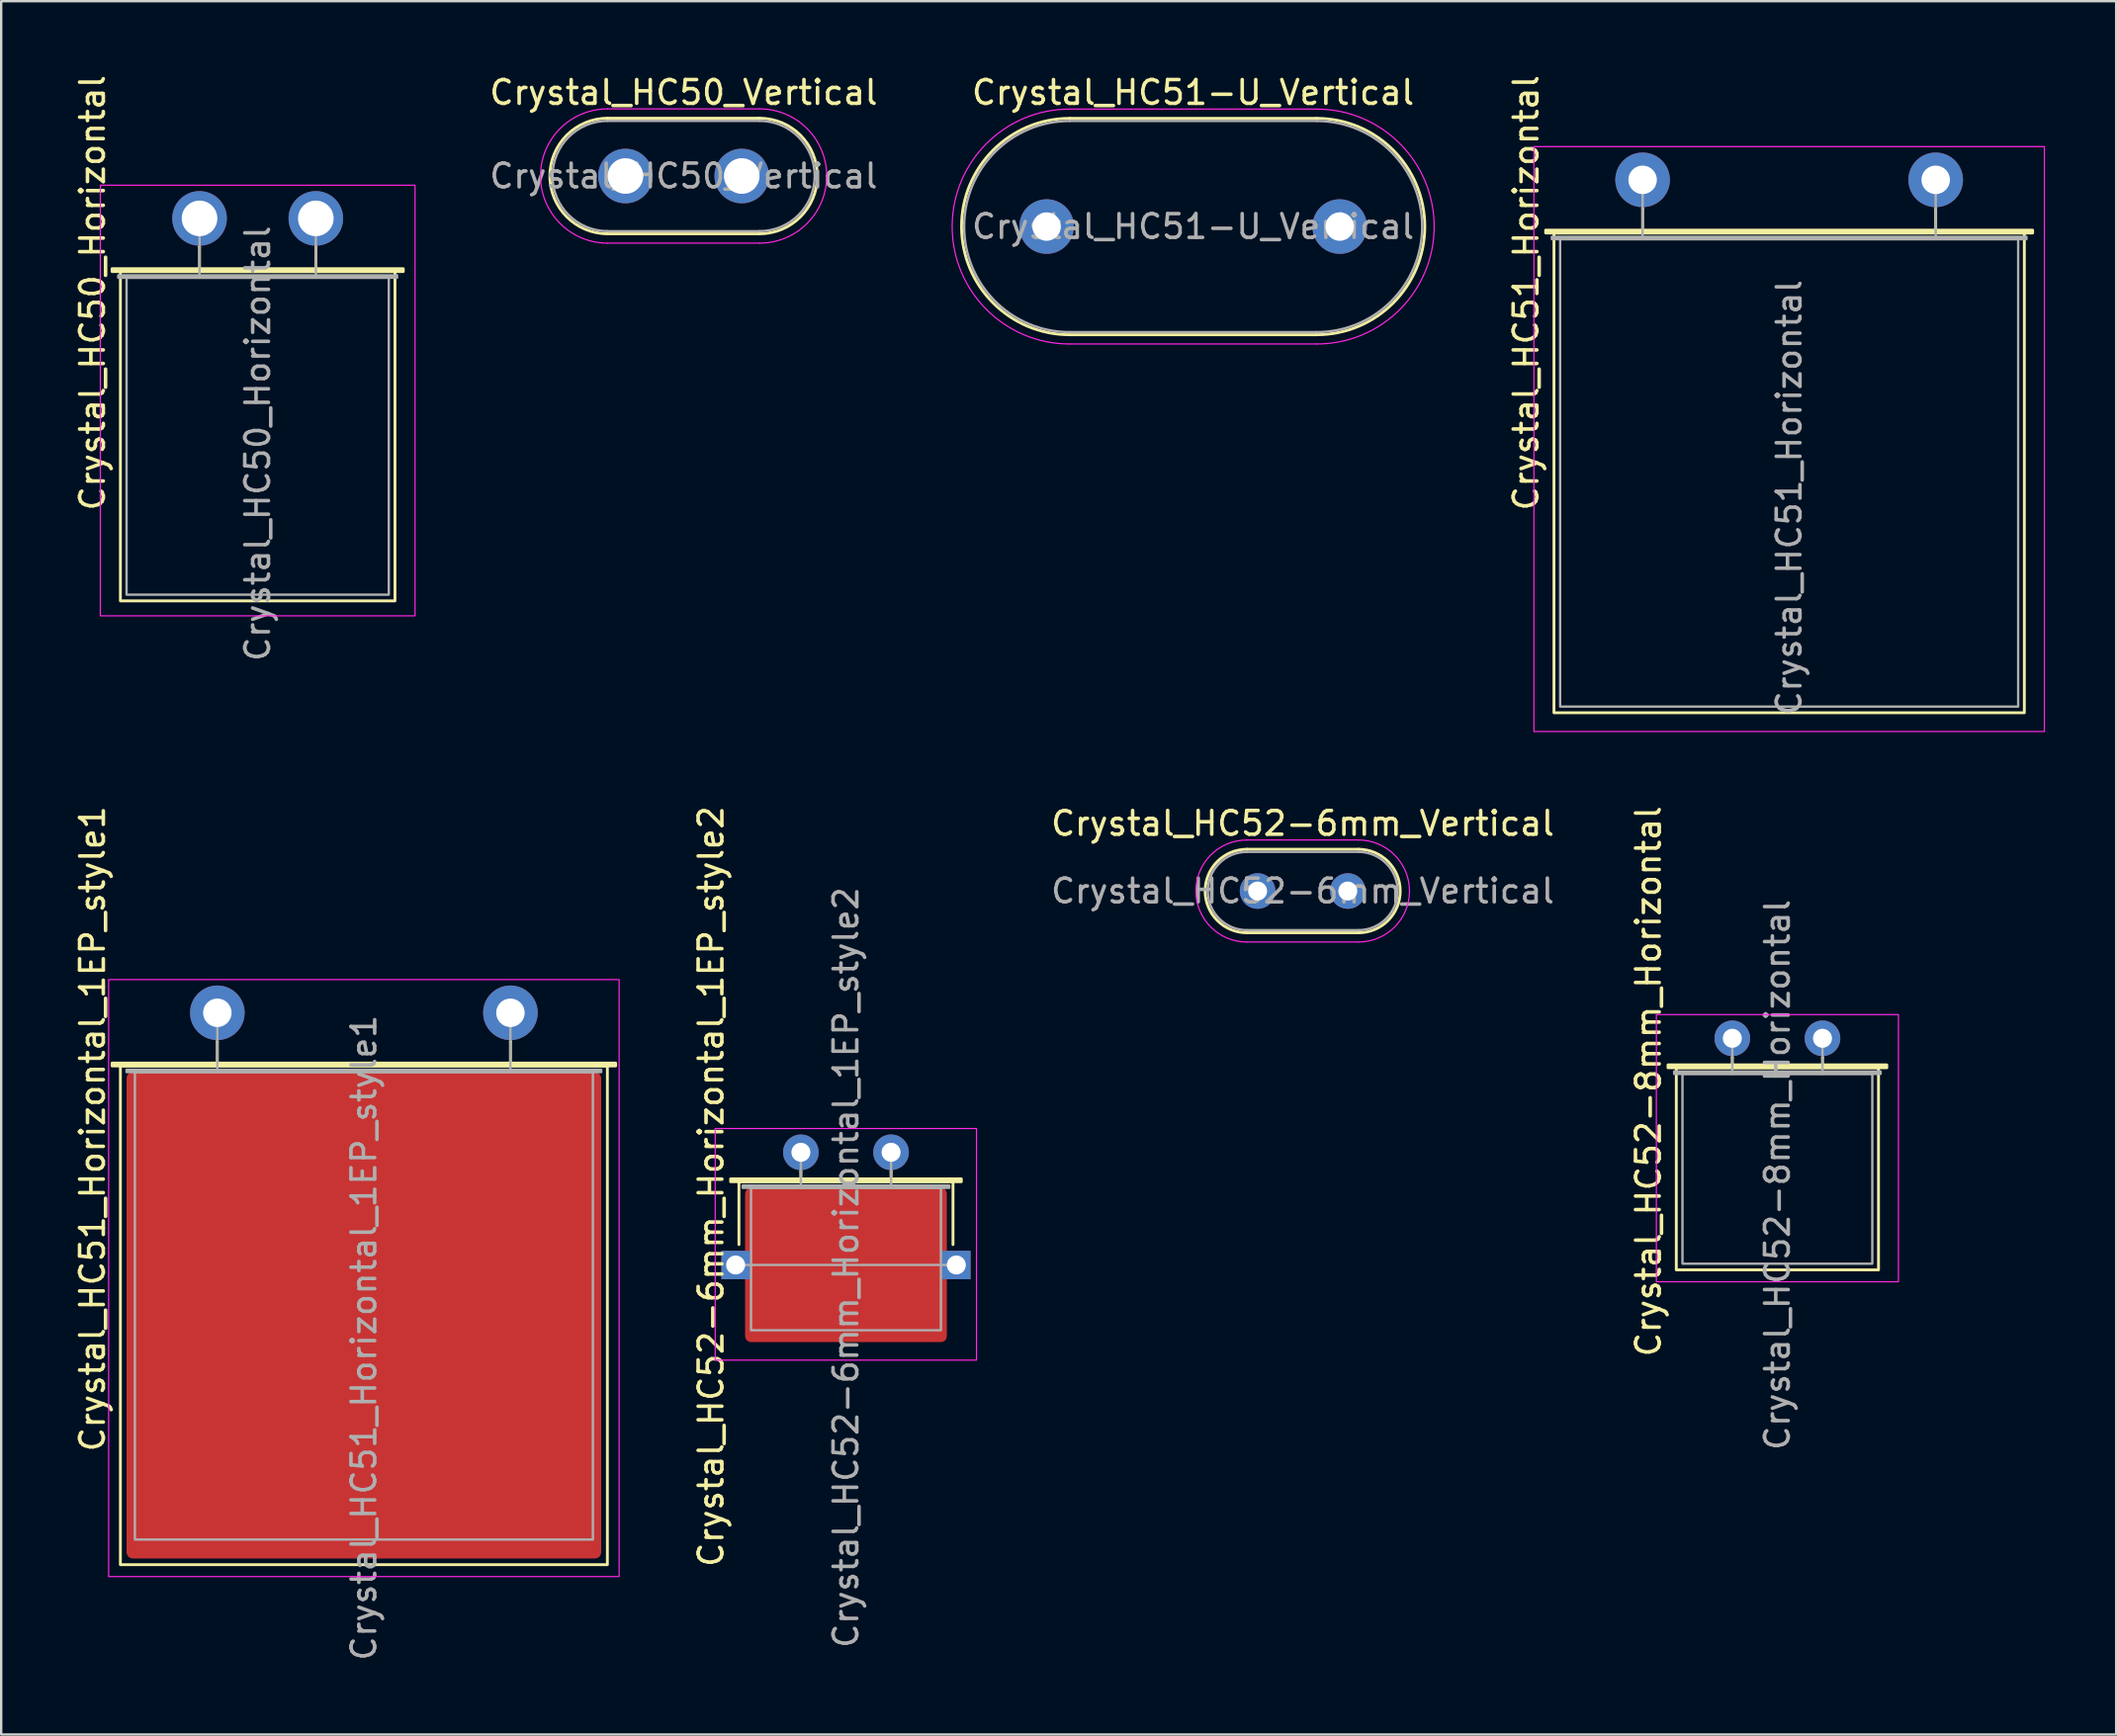
<source format=kicad_pcb>
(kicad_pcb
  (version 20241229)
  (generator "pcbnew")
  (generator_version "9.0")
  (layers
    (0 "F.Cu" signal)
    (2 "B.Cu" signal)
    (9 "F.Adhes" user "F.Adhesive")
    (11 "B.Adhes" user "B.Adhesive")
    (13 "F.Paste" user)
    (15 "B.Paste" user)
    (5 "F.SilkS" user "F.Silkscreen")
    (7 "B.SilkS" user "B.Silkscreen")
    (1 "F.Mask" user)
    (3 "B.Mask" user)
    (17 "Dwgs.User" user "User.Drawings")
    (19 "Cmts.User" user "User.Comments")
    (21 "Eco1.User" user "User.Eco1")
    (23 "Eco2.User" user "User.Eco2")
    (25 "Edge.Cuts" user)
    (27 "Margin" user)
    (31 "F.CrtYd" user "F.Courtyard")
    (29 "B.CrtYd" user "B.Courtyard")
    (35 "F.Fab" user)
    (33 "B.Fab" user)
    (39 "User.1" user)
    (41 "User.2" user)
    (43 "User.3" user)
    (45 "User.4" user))
  (footprint "Crystal_HC51_Horizontal_1EP_style1"
    (layer "F.Cu")
    (at 6.108 39.634)
    (property "Reference" "Crystal_HC51_Horizontal_1EP_style1" (at -5.26 4.89 90) (layer "F.SilkS") (effects (font (size 1 1) (thickness 0.15))))
    (attr through_hole)
    (fp_line (start 0 1.21) (end 0 1.21) (stroke (width 0.12) (type solid)) (layer "F.SilkS"))
    (fp_line (start 0 2.24) (end 0 1.21) (stroke (width 0.12) (type solid)) (layer "F.SilkS"))
    (fp_line (start 12.35 1.21) (end 12.35 1.21) (stroke (width 0.12) (type solid)) (layer "F.SilkS"))
    (fp_line (start 12.35 2.24) (end 12.35 1.21) (stroke (width 0.12) (type solid)) (layer "F.SilkS"))
    (fp_rect (start -4.435 2.24) (end 16.785 2.12) (stroke (width 0.12) (type solid)) (fill no) (layer "F.SilkS"))
    (fp_rect (start -4.085 2.24) (end 16.435 23.26) (stroke (width 0.12) (type solid)) (fill no) (layer "F.SilkS"))
    (fp_rect (start -4.58 -1.4) (end 16.93 23.76) (stroke (width 0.05) (type solid)) (fill no) (layer "F.CrtYd"))
    (fp_line (start 0 1.25) (end 0 0) (stroke (width 0.1) (type solid)) (layer "F.Fab"))
    (fp_line (start 0 2.5) (end 0 1.25) (stroke (width 0.1) (type solid)) (layer "F.Fab"))
    (fp_line (start 12.35 1.25) (end 12.35 0) (stroke (width 0.1) (type solid)) (layer "F.Fab"))
    (fp_line (start 12.35 2.5) (end 12.35 1.25) (stroke (width 0.1) (type solid)) (layer "F.Fab"))
    (fp_rect (start -3.825 2.5) (end 16.175 2.4) (stroke (width 0.1) (type solid)) (fill no) (layer "F.Fab"))
    (fp_rect (start -3.475 2.5) (end 15.825 22.2) (stroke (width 0.1) (type solid)) (fill no) (layer "F.Fab"))
    (fp_text user "${REFERENCE}" (at 6.175 13.696 90) (layer "F.Fab") (effects (font (size 1 1) (thickness 0.15))))
    (pad "1" thru_hole circle (at 0 0) (size 2.3 2.3) (drill 1.2) (layers "*.Cu" "*.Mask"))
    (pad "2" thru_hole circle (at 12.35 0) (size 2.3 2.3) (drill 1.2) (layers "*.Cu" "*.Mask"))
    (pad "3" smd roundrect (at 6.175 12.75) (size 20 20.5) (layers "F.Cu" "F.Mask" "F.Paste") (roundrect_rratio 0.013)))
  (footprint "Crystal_HC50_Vertical"
    (layer "F.Cu")
    (at 23.305 4.368)
    (property "Reference" "Crystal_HC50_Vertical" (at 2.45 -3.52 0) (layer "F.SilkS") (effects (font (size 1 1) (thickness 0.15))))
    (attr through_hole)
    (fp_line (start -0.75 -2.435) (end 5.65 -2.435) (stroke (width 0.12) (type solid)) (layer "F.SilkS"))
    (fp_line (start -0.75 2.435) (end 5.65 2.435) (stroke (width 0.12) (type solid)) (layer "F.SilkS"))
    (fp_arc (start -0.75 2.435) (mid -3.185 0) (end -0.75 -2.435) (stroke (width 0.12) (type solid)) (layer "F.SilkS"))
    (fp_arc (start 5.65 -2.435) (mid 8.085 0) (end 5.65 2.435) (stroke (width 0.12) (type solid)) (layer "F.SilkS"))
    (fp_line (start -0.75 -2.83) (end 5.65 -2.83) (stroke (width 0.05) (type solid)) (layer "F.CrtYd"))
    (fp_line (start -0.75 2.83) (end 5.65 2.83) (stroke (width 0.05) (type solid)) (layer "F.CrtYd"))
    (fp_arc (start -0.75 2.83) (mid -3.58 0) (end -0.75 -2.83) (stroke (width 0.05) (type solid)) (layer "F.CrtYd"))
    (fp_arc (start 5.65 -2.83) (mid 8.48 0) (end 5.65 2.83) (stroke (width 0.05) (type solid)) (layer "F.CrtYd"))
    (fp_line (start -0.75 -2.325) (end 5.65 -2.325) (stroke (width 0.1) (type solid)) (layer "F.Fab"))
    (fp_line (start -0.75 2.325) (end 5.65 2.325) (stroke (width 0.1) (type solid)) (layer "F.Fab"))
    (fp_arc (start -0.75 2.325) (mid -3.075 0) (end -0.75 -2.325) (stroke (width 0.1) (type solid)) (layer "F.Fab"))
    (fp_arc (start 5.65 -2.325) (mid 7.975 0) (end 5.65 2.325) (stroke (width 0.1) (type solid)) (layer "F.Fab"))
    (fp_text user "${REFERENCE}" (at 2.45 0 0) (layer "F.Fab") (effects (font (size 1 1) (thickness 0.15))))
    (pad "1" thru_hole circle (at 0 0) (size 2.3 2.3) (drill 1.5) (layers "*.Cu" "*.Mask"))
    (pad "2" thru_hole circle (at 4.9 0) (size 2.3 2.3) (drill 1.5) (layers "*.Cu" "*.Mask")))
  (footprint "Crystal_HC52-8mm_Horizontal"
    (layer "F.Cu")
    (at 69.945 40.709)
    (property "Reference" "Crystal_HC52-8mm_Horizontal" (at -3.535 1.815 90) (layer "F.SilkS") (effects (font (size 1 1) (thickness 0.15))))
    (attr through_hole)
    (fp_line (start 0 0.81) (end 0 0.81) (stroke (width 0.12) (type solid)) (layer "F.SilkS"))
    (fp_line (start 0 1.24) (end 0 0.81) (stroke (width 0.12) (type solid)) (layer "F.SilkS"))
    (fp_line (start 3.8 0.81) (end 3.8 0.81) (stroke (width 0.12) (type solid)) (layer "F.SilkS"))
    (fp_line (start 3.8 1.24) (end 3.8 0.81) (stroke (width 0.12) (type solid)) (layer "F.SilkS"))
    (fp_rect (start -2.71 1.24) (end 6.51 1.12) (stroke (width 0.12) (type solid)) (fill no) (layer "F.SilkS"))
    (fp_rect (start -2.36 1.24) (end 6.16 9.76) (stroke (width 0.12) (type solid)) (fill no) (layer "F.SilkS"))
    (fp_rect (start -3.2 -1) (end 7 10.26) (stroke (width 0.05) (type solid)) (fill no) (layer "F.CrtYd"))
    (fp_line (start 0 0.75) (end 0 0) (stroke (width 0.1) (type solid)) (layer "F.Fab"))
    (fp_line (start 0 1.5) (end 0 0.75) (stroke (width 0.1) (type solid)) (layer "F.Fab"))
    (fp_line (start 3.8 0.75) (end 3.8 0) (stroke (width 0.1) (type solid)) (layer "F.Fab"))
    (fp_line (start 3.8 1.5) (end 3.8 0.75) (stroke (width 0.1) (type solid)) (layer "F.Fab"))
    (fp_rect (start -2.45 1.5) (end 6.25 1.4) (stroke (width 0.1) (type solid)) (fill no) (layer "F.Fab"))
    (fp_rect (start -2.1 1.5) (end 5.9 9.5) (stroke (width 0.1) (type solid)) (fill no) (layer "F.Fab"))
    (fp_text user "${REFERENCE}" (at 1.9 5.756 90) (layer "F.Fab") (effects (font (size 1 1) (thickness 0.15))))
    (pad "1" thru_hole circle (at 0 0) (size 1.5 1.5) (drill 0.8) (layers "*.Cu" "*.Mask"))
    (pad "2" thru_hole circle (at 3.8 0) (size 1.5 1.5) (drill 0.8) (layers "*.Cu" "*.Mask")))
  (footprint "Crystal_HC51-U_Vertical"
    (layer "F.Cu")
    (at 41.052 6.498)
    (property "Reference" "Crystal_HC51-U_Vertical" (at 6.17 -5.65 0) (layer "F.SilkS") (effects (font (size 1 1) (thickness 0.15))))
    (attr through_hole)
    (fp_line (start 0.975 -4.56) (end 11.375 -4.56) (stroke (width 0.12) (type solid)) (layer "F.SilkS"))
    (fp_line (start 0.975 4.56) (end 11.375 4.56) (stroke (width 0.12) (type solid)) (layer "F.SilkS"))
    (fp_arc (start 0.975 4.56) (mid -3.585 0) (end 0.975 -4.56) (stroke (width 0.12) (type solid)) (layer "F.SilkS"))
    (fp_arc (start 11.375 -4.56) (mid 15.935 0) (end 11.375 4.56) (stroke (width 0.12) (type solid)) (layer "F.SilkS"))
    (fp_line (start 0.97 -4.95) (end 11.38 -4.95) (stroke (width 0.05) (type solid)) (layer "F.CrtYd"))
    (fp_line (start 0.97 4.95) (end 11.38 4.95) (stroke (width 0.05) (type solid)) (layer "F.CrtYd"))
    (fp_arc (start 0.97 4.95) (mid -3.98 0) (end 0.97 -4.95) (stroke (width 0.05) (type solid)) (layer "F.CrtYd"))
    (fp_arc (start 11.38 -4.95) (mid 16.33 0) (end 11.38 4.95) (stroke (width 0.05) (type solid)) (layer "F.CrtYd"))
    (fp_line (start 0.975 -4.45) (end 11.375 -4.45) (stroke (width 0.1) (type solid)) (layer "F.Fab"))
    (fp_line (start 0.975 4.45) (end 11.375 4.45) (stroke (width 0.1) (type solid)) (layer "F.Fab"))
    (fp_arc (start 0.975 4.45) (mid -3.475 0) (end 0.975 -4.45) (stroke (width 0.1) (type solid)) (layer "F.Fab"))
    (fp_arc (start 11.375 -4.45) (mid 15.825 0) (end 11.375 4.45) (stroke (width 0.1) (type solid)) (layer "F.Fab"))
    (fp_text user "${REFERENCE}" (at 6.17 0 0) (layer "F.Fab") (effects (font (size 1 1) (thickness 0.15))))
    (pad "1" thru_hole circle (at 0 0) (size 2.3 2.3) (drill 1.2) (layers "*.Cu" "*.Mask"))
    (pad "2" thru_hole circle (at 12.35 0) (size 2.3 2.3) (drill 1.2) (layers "*.Cu" "*.Mask")))
  (footprint "Crystal_HC52-6mm_Vertical"
    (layer "F.Cu")
    (at 49.942 34.502)
    (property "Reference" "Crystal_HC52-6mm_Vertical" (at 1.9 -2.85 0) (layer "F.SilkS") (effects (font (size 1 1) (thickness 0.15))))
    (attr through_hole)
    (fp_line (start -0.45 -1.76) (end 4.25 -1.76) (stroke (width 0.12) (type solid)) (layer "F.SilkS"))
    (fp_line (start -0.45 1.76) (end 4.25 1.76) (stroke (width 0.12) (type solid)) (layer "F.SilkS"))
    (fp_arc (start -0.45 1.76) (mid -2.21 0) (end -0.45 -1.76) (stroke (width 0.12) (type solid)) (layer "F.SilkS"))
    (fp_arc (start 4.25 -1.76) (mid 6.01 0) (end 4.25 1.76) (stroke (width 0.12) (type solid)) (layer "F.SilkS"))
    (fp_line (start -0.45 -2.15) (end 4.25 -2.15) (stroke (width 0.05) (type solid)) (layer "F.CrtYd"))
    (fp_line (start -0.45 2.15) (end 4.25 2.15) (stroke (width 0.05) (type solid)) (layer "F.CrtYd"))
    (fp_arc (start -0.45 2.15) (mid -2.6 0) (end -0.45 -2.15) (stroke (width 0.05) (type solid)) (layer "F.CrtYd"))
    (fp_arc (start 4.25 -2.15) (mid 6.4 0) (end 4.25 2.15) (stroke (width 0.05) (type solid)) (layer "F.CrtYd"))
    (fp_line (start -0.45 -1.65) (end 4.25 -1.65) (stroke (width 0.1) (type solid)) (layer "F.Fab"))
    (fp_line (start -0.45 1.65) (end 4.25 1.65) (stroke (width 0.1) (type solid)) (layer "F.Fab"))
    (fp_arc (start -0.45 1.65) (mid -2.1 0) (end -0.45 -1.65) (stroke (width 0.1) (type solid)) (layer "F.Fab"))
    (fp_arc (start 4.25 -1.65) (mid 5.9 0) (end 4.25 1.65) (stroke (width 0.1) (type solid)) (layer "F.Fab"))
    (fp_text user "${REFERENCE}" (at 1.9 0 0) (layer "F.Fab") (effects (font (size 1 1) (thickness 0.15))))
    (pad "1" thru_hole circle (at 0 0) (size 1.5 1.5) (drill 0.8) (layers "*.Cu" "*.Mask"))
    (pad "2" thru_hole circle (at 3.8 0) (size 1.5 1.5) (drill 0.8) (layers "*.Cu" "*.Mask")))
  (footprint "Crystal_HC52-6mm_Horizontal_1EP_style2"
    (layer "F.Cu")
    (at 30.697 45.513)
    (property "Reference" "Crystal_HC52-6mm_Horizontal_1EP_style2" (at -3.785 1.44 90) (layer "F.SilkS") (effects (font (size 1 1) (thickness 0.15))))
    (attr through_hole)
    (fp_line (start -2.61 1.24) (end 6.41 1.24) (stroke (width 0.12) (type solid)) (layer "F.SilkS"))
    (fp_line (start -2.61 3.89) (end -2.61 1.24) (stroke (width 0.12) (type solid)) (layer "F.SilkS"))
    (fp_line (start 0 0.81) (end 0 0.81) (stroke (width 0.12) (type solid)) (layer "F.SilkS"))
    (fp_line (start 0 1.24) (end 0 0.81) (stroke (width 0.12) (type solid)) (layer "F.SilkS"))
    (fp_line (start 3.8 0.81) (end 3.8 0.81) (stroke (width 0.12) (type solid)) (layer "F.SilkS"))
    (fp_line (start 3.8 1.24) (end 3.8 0.81) (stroke (width 0.12) (type solid)) (layer "F.SilkS"))
    (fp_line (start 6.41 1.24) (end 6.41 3.89) (stroke (width 0.12) (type solid)) (layer "F.SilkS"))
    (fp_rect (start -2.96 1.24) (end 6.76 1.12) (stroke (width 0.12) (type solid)) (fill no) (layer "F.SilkS"))
    (fp_rect (start -3.61 -1) (end 7.4 8.76) (stroke (width 0.05) (type solid)) (fill no) (layer "F.CrtYd"))
    (fp_line (start -2.75 4.75) (end 6.55 4.75) (stroke (width 0.1) (type solid)) (layer "F.Fab"))
    (fp_line (start 0 0.75) (end 0 0) (stroke (width 0.1) (type solid)) (layer "F.Fab"))
    (fp_line (start 0 1.5) (end 0 0.75) (stroke (width 0.1) (type solid)) (layer "F.Fab"))
    (fp_line (start 3.8 0.75) (end 3.8 0) (stroke (width 0.1) (type solid)) (layer "F.Fab"))
    (fp_line (start 3.8 1.5) (end 3.8 0.75) (stroke (width 0.1) (type solid)) (layer "F.Fab"))
    (fp_rect (start -2.45 1.5) (end 6.25 1.4) (stroke (width 0.1) (type solid)) (fill no) (layer "F.Fab"))
    (fp_rect (start -2.1 1.5) (end 5.9 7.5) (stroke (width 0.1) (type solid)) (fill no) (layer "F.Fab"))
    (fp_text user "${REFERENCE}" (at 1.9 4.856 90) (layer "F.Fab") (effects (font (size 1 1) (thickness 0.15))))
    (pad "1" thru_hole circle (at 0 0) (size 1.5 1.5) (drill 0.8) (layers "*.Cu" "*.Mask"))
    (pad "2" thru_hole circle (at 3.8 0) (size 1.5 1.5) (drill 0.8) (layers "*.Cu" "*.Mask"))
    (pad "3" thru_hole rect (at -2.75 4.75) (size 1.2 1.2) (drill 0.8) (layers "*.Cu" "*.Mask"))
    (pad "3" smd roundrect (at 1.9 4.75) (size 8.5 6.5) (layers "F.Cu" "F.Mask" "F.Paste") (roundrect_rratio 0.038))
    (pad "3" thru_hole rect (at 6.55 4.75) (size 1.2 1.2) (drill 0.8) (layers "*.Cu" "*.Mask")))
  (footprint "Crystal_HC51_Horizontal"
    (layer "F.Cu")
    (at 66.165 4.529)
    (property "Reference" "Crystal_HC51_Horizontal" (at -4.91 4.763 90) (layer "F.SilkS") (effects (font (size 1 1) (thickness 0.15))))
    (attr through_hole)
    (fp_line (start 0 1.21) (end 0 1.21) (stroke (width 0.12) (type solid)) (layer "F.SilkS"))
    (fp_line (start 0 2.24) (end 0 1.21) (stroke (width 0.12) (type solid)) (layer "F.SilkS"))
    (fp_line (start 12.35 1.21) (end 12.35 1.21) (stroke (width 0.12) (type solid)) (layer "F.SilkS"))
    (fp_line (start 12.35 2.24) (end 12.35 1.21) (stroke (width 0.12) (type solid)) (layer "F.SilkS"))
    (fp_rect (start -4.085 2.24) (end 16.435 2.12) (stroke (width 0.12) (type solid)) (fill no) (layer "F.SilkS"))
    (fp_rect (start -3.735 2.24) (end 16.085 22.46) (stroke (width 0.12) (type solid)) (fill no) (layer "F.SilkS"))
    (fp_rect (start -4.58 -1.4) (end 16.93 23.25) (stroke (width 0.05) (type solid)) (fill no) (layer "F.CrtYd"))
    (fp_line (start 0 1.25) (end 0 0) (stroke (width 0.1) (type solid)) (layer "F.Fab"))
    (fp_line (start 0 2.5) (end 0 1.25) (stroke (width 0.1) (type solid)) (layer "F.Fab"))
    (fp_line (start 12.35 1.25) (end 12.35 0) (stroke (width 0.1) (type solid)) (layer "F.Fab"))
    (fp_line (start 12.35 2.5) (end 12.35 1.25) (stroke (width 0.1) (type solid)) (layer "F.Fab"))
    (fp_rect (start -3.825 2.5) (end 16.175 2.4) (stroke (width 0.1) (type solid)) (fill no) (layer "F.Fab"))
    (fp_rect (start -3.475 2.5) (end 15.825 22.2) (stroke (width 0.1) (type solid)) (fill no) (layer "F.Fab"))
    (fp_text user "${REFERENCE}" (at 6.175 13.39 90) (layer "F.Fab") (effects (font (size 1 1) (thickness 0.15))))
    (pad "1" thru_hole circle (at 0 0) (size 2.3 2.3) (drill 1.2) (layers "*.Cu" "*.Mask"))
    (pad "2" thru_hole circle (at 12.35 0) (size 2.3 2.3) (drill 1.2) (layers "*.Cu" "*.Mask")))
  (footprint "Crystal_HC50_Horizontal"
    (layer "F.Cu")
    (at 5.358 6.154)
    (property "Reference" "Crystal_HC50_Horizontal" (at -4.51 3.138 90) (layer "F.SilkS") (effects (font (size 1 1) (thickness 0.15))))
    (attr through_hole)
    (fp_line (start 0 1.21) (end 0 1.21) (stroke (width 0.12) (type solid)) (layer "F.SilkS"))
    (fp_line (start 0 2.24) (end 0 1.21) (stroke (width 0.12) (type solid)) (layer "F.SilkS"))
    (fp_line (start 4.9 1.21) (end 4.9 1.21) (stroke (width 0.12) (type solid)) (layer "F.SilkS"))
    (fp_line (start 4.9 2.24) (end 4.9 1.21) (stroke (width 0.12) (type solid)) (layer "F.SilkS"))
    (fp_rect (start -3.685 2.24) (end 8.585 2.12) (stroke (width 0.12) (type solid)) (fill no) (layer "F.SilkS"))
    (fp_rect (start -3.335 2.24) (end 8.235 16.12) (stroke (width 0.12) (type solid)) (fill no) (layer "F.SilkS"))
    (fp_rect (start -4.18 -1.4) (end 9.08 16.75) (stroke (width 0.05) (type solid)) (fill no) (layer "F.CrtYd"))
    (fp_line (start 0 1.25) (end 0 0) (stroke (width 0.1) (type solid)) (layer "F.Fab"))
    (fp_line (start 0 2.5) (end 0 1.25) (stroke (width 0.1) (type solid)) (layer "F.Fab"))
    (fp_line (start 4.9 1.25) (end 4.9 0) (stroke (width 0.1) (type solid)) (layer "F.Fab"))
    (fp_line (start 4.9 2.5) (end 4.9 1.25) (stroke (width 0.1) (type solid)) (layer "F.Fab"))
    (fp_rect (start -3.425 2.5) (end 8.325 2.4) (stroke (width 0.1) (type solid)) (fill no) (layer "F.Fab"))
    (fp_rect (start -3.075 2.5) (end 7.975 15.86) (stroke (width 0.1) (type solid)) (fill no) (layer "F.Fab"))
    (fp_text user "${REFERENCE}" (at 2.45 9.49 90) (layer "F.Fab") (effects (font (size 1 1) (thickness 0.15))))
    (pad "1" thru_hole circle (at 0 0) (size 2.3 2.3) (drill 1.5) (layers "*.Cu" "*.Mask"))
    (pad "2" thru_hole circle (at 4.9 0) (size 2.3 2.3) (drill 1.5) (layers "*.Cu" "*.Mask")))
  (gr_rect
    (start -3 -3)
    (end 86.12 70.051)
    (stroke (width 0.1) (type default))
    (fill no)
    (layer "Edge.Cuts")))
</source>
